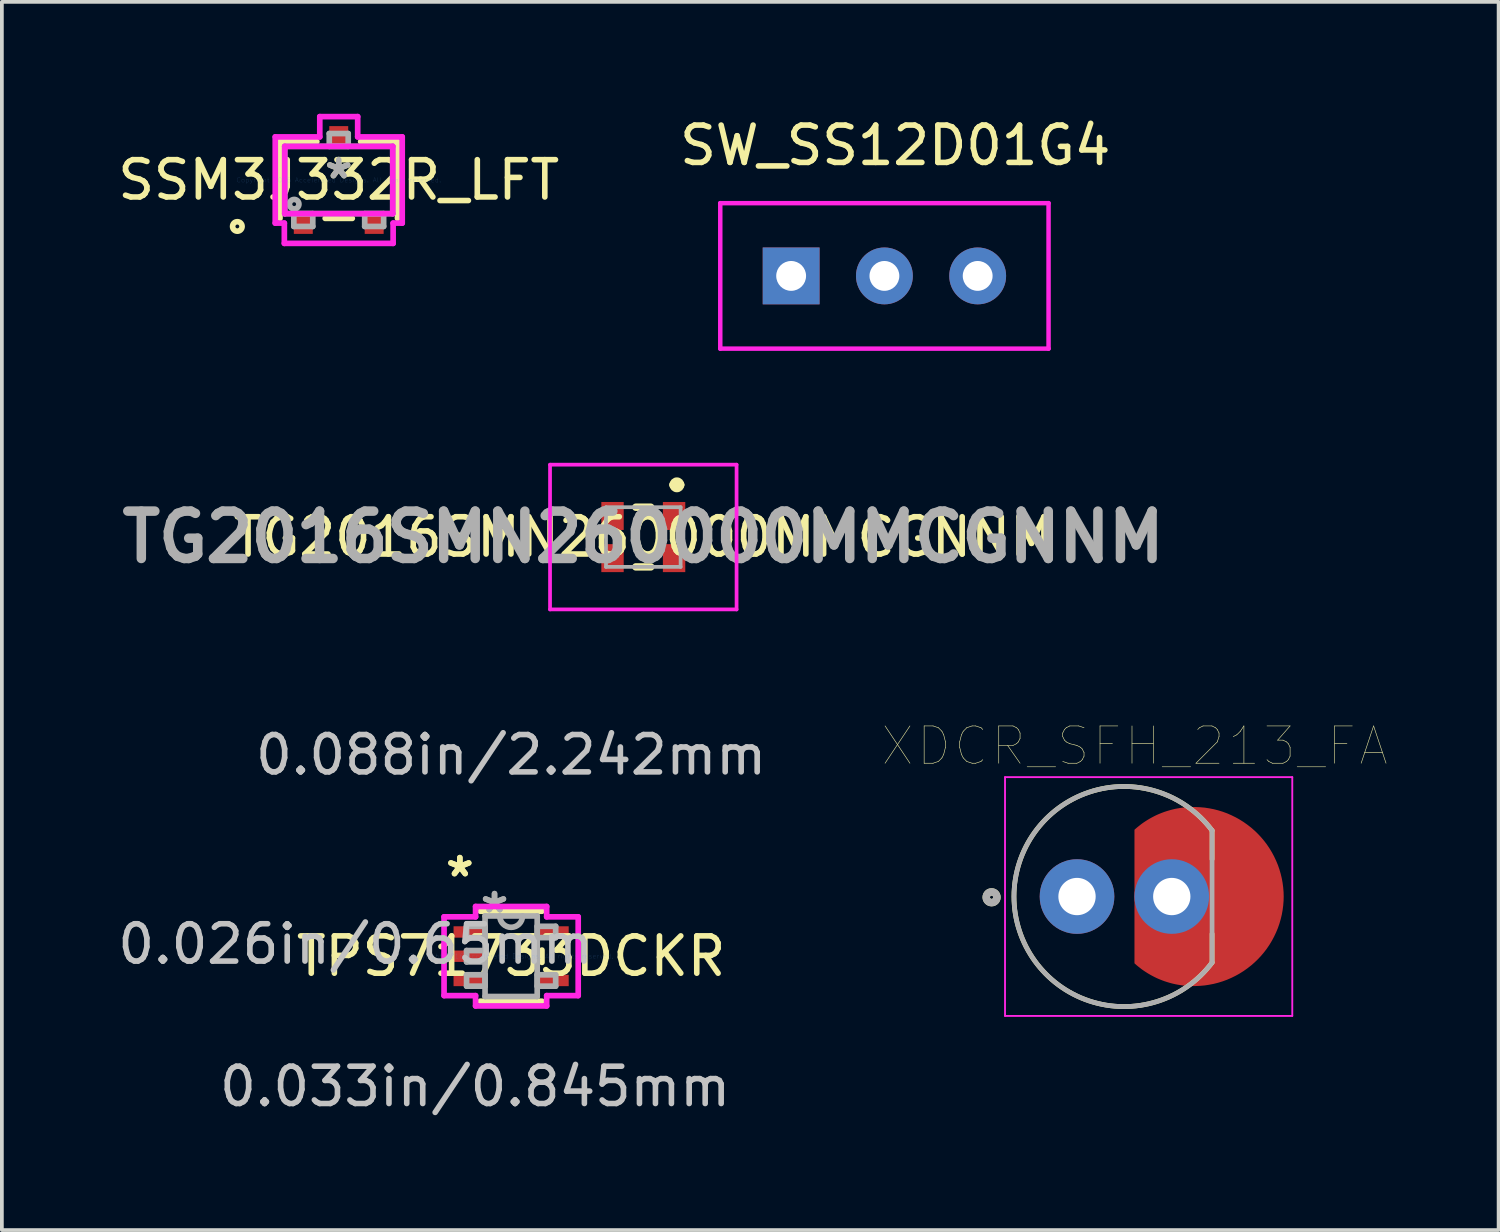
<source format=kicad_pcb>
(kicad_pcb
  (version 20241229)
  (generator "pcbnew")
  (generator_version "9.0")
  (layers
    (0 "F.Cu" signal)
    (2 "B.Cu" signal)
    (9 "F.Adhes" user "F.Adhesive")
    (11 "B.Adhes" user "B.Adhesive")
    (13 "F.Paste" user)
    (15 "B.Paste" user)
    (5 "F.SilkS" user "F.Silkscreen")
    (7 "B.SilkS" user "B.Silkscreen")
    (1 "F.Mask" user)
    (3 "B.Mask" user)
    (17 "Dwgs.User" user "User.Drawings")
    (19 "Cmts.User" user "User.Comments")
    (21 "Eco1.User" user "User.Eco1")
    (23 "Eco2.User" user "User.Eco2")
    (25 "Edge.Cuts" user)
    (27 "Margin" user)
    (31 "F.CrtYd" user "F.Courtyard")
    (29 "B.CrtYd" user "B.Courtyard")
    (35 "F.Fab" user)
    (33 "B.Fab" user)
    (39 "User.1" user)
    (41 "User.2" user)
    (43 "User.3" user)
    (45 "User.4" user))
  (footprint "SW_SS12D01G4"
    (layer "F.Cu")
    (at 20.657 4.346)
    (property "Reference" "SW_SS12D01G4" (at 0.29 -3.498 0) (layer "F.SilkS") (effects (font (size 1 1) (thickness 0.15))))
    (attr through_hole)
    (fp_line (start -4.4 -1.95) (end -4.4 1.95) (stroke (width 0.12) (type solid)) (layer "B.Paste"))
    (fp_line (start -4.4 1.95) (end 4.4 1.95) (stroke (width 0.12) (type solid)) (layer "B.Paste"))
    (fp_line (start 4.4 -1.95) (end -4.4 -1.95) (stroke (width 0.12) (type solid)) (layer "B.Paste"))
    (fp_line (start 4.4 1.95) (end 4.4 -1.95) (stroke (width 0.12) (type solid)) (layer "B.Paste"))
    (fp_line (start -4.4 -1.95) (end 4.4 -1.95) (stroke (width 0.12) (type solid)) (layer "F.CrtYd"))
    (fp_line (start -4.4 1.95) (end -4.4 -1.95) (stroke (width 0.12) (type solid)) (layer "F.CrtYd"))
    (fp_line (start 4.4 -1.95) (end 4.4 1.95) (stroke (width 0.12) (type solid)) (layer "F.CrtYd"))
    (fp_line (start 4.4 1.95) (end -4.4 1.95) (stroke (width 0.12) (type solid)) (layer "F.CrtYd"))
    (pad "1" thru_hole rect (at -2.5 0) (size 1.524 1.524) (drill 0.8) (layers "*.Cu" "*.Mask"))
    (pad "2" thru_hole circle (at 0 0) (size 1.524 1.524) (drill 0.8) (layers "*.Cu" "*.Mask"))
    (pad "3" thru_hole circle (at 2.5 0) (size 1.524 1.524) (drill 0.8) (layers "*.Cu" "*.Mask")))
  (footprint "XDCR_SFH_213_FA"
    (layer "F.Cu")
    (at 27.09 20.982)
    (property "Reference" "XDCR_SFH_213_FA" (at 0.275 -4.035 0) (layer "F.SilkS") (effects (font (size 1 1) (thickness 0.015))))
    (attr through_hole)
    (fp_poly (pts (xy 0.27 -0.06) (xy 0.27 -1.79) (xy 0.325 -1.839) (xy 0.37 -1.876) (xy 0.416 -1.912) (xy 0.462 -1.948) (xy 0.51 -1.982) (xy 0.558 -2.014) (xy 0.608 -2.046) (xy 0.657 -2.076) (xy 0.708 -2.105) (xy 0.76 -2.133) (xy 0.812 -2.16) (xy 0.864 -2.185) (xy 0.918 -2.209) (xy 0.972 -2.231) (xy 1.026 -2.252) (xy 1.081 -2.272) (xy 1.137 -2.29) (xy 1.193 -2.307) (xy 1.249 -2.323) (xy 1.306 -2.337) (xy 1.363 -2.35) (xy 1.42 -2.361) (xy 1.478 -2.371) (xy 1.535 -2.38) (xy 1.593 -2.387) (xy 1.652 -2.392) (xy 1.71 -2.396) (xy 1.768 -2.399) (xy 1.827 -2.4) (xy 1.87 -2.4) (xy 1.895 -2.4) (xy 2.028 -2.394) (xy 2.152 -2.383) (xy 2.275 -2.364) (xy 2.398 -2.34) (xy 2.519 -2.309) (xy 2.638 -2.272) (xy 2.755 -2.229) (xy 2.869 -2.179) (xy 2.981 -2.124) (xy 3.09 -2.063) (xy 3.195 -1.997) (xy 3.297 -1.925) (xy 3.396 -1.848) (xy 3.49 -1.766) (xy 3.579 -1.68) (xy 3.664 -1.589) (xy 3.745 -1.493) (xy 3.82 -1.394) (xy 3.89 -1.29) (xy 3.954 -1.184) (xy 4.013 -1.074) (xy 4.066 -0.961) (xy 4.114 -0.846) (xy 4.155 -0.728) (xy 4.19 -0.608) (xy 4.219 -0.487) (xy 4.241 -0.364) (xy 4.257 -0.241) (xy 4.267 -0.116) (xy 4.27 0) (xy 4.267 0.116) (xy 4.257 0.241) (xy 4.241 0.364) (xy 4.219 0.487) (xy 4.19 0.608) (xy 4.155 0.728) (xy 4.114 0.846) (xy 4.066 0.961) (xy 4.013 1.074) (xy 3.954 1.184) (xy 3.89 1.29) (xy 3.82 1.394) (xy 3.745 1.493) (xy 3.664 1.589) (xy 3.579 1.68) (xy 3.49 1.766) (xy 3.396 1.848) (xy 3.297 1.925) (xy 3.195 1.997) (xy 3.09 2.063) (xy 2.981 2.124) (xy 2.869 2.179) (xy 2.755 2.229) (xy 2.638 2.272) (xy 2.519 2.309) (xy 2.398 2.34) (xy 2.275 2.364) (xy 2.152 2.383) (xy 2.028 2.394) (xy 1.895 2.4) (xy 1.795 2.4) (xy 1.87 2.4) (xy 1.827 2.4) (xy 1.768 2.399) (xy 1.71 2.396) (xy 1.652 2.392) (xy 1.593 2.387) (xy 1.535 2.38) (xy 1.478 2.371) (xy 1.42 2.361) (xy 1.363 2.35) (xy 1.306 2.337) (xy 1.249 2.323) (xy 1.193 2.307) (xy 1.137 2.29) (xy 1.081 2.272) (xy 1.026 2.252) (xy 0.972 2.231) (xy 0.918 2.209) (xy 0.864 2.185) (xy 0.812 2.16) (xy 0.76 2.133) (xy 0.708 2.105) (xy 0.657 2.076) (xy 0.608 2.046) (xy 0.558 2.014) (xy 0.51 1.982) (xy 0.462 1.948) (xy 0.416 1.912) (xy 0.37 1.876) (xy 0.325 1.839) (xy 0.27 1.79) (xy 0.27 -0.06)) (stroke (width 0.001) (type solid)) (fill yes) (layer "F.Cu"))
    (fp_circle (center -1.27 0) (end -0.77 0) (stroke (width 1) (type solid)) (fill no) (layer "F.Mask"))
    (fp_circle (center 1.27 0) (end 1.77 0) (stroke (width 1) (type solid)) (fill no) (layer "F.Mask"))
    (fp_circle (center -1.27 0) (end -0.77 0) (stroke (width 1) (type solid)) (fill no) (layer "B.Mask"))
    (fp_circle (center 1.27 0) (end 1.77 0) (stroke (width 1) (type solid)) (fill no) (layer "B.Mask"))
    (fp_line (start 2.35 -1.77) (end 2.35 -1) (stroke (width 0.127) (type solid)) (layer "F.SilkS"))
    (fp_line (start 2.35 1) (end 2.35 1.77) (stroke (width 0.127) (type solid)) (layer "F.SilkS"))
    (fp_arc (start 2.35 1.77) (mid -2.959984 0) (end 2.35 -1.77) (stroke (width 0.127) (type solid)) (layer "F.SilkS"))
    (fp_circle (center -3.56 0.02) (end -3.417 0.02) (stroke (width 0.2) (type solid)) (fill no) (layer "F.SilkS"))
    (fp_line (start -3.2 -3.2) (end 4.5 -3.2) (stroke (width 0.05) (type solid)) (layer "F.CrtYd"))
    (fp_line (start -3.2 3.2) (end -3.2 -3.2) (stroke (width 0.05) (type solid)) (layer "F.CrtYd"))
    (fp_line (start 4.5 -3.2) (end 4.5 3.2) (stroke (width 0.05) (type solid)) (layer "F.CrtYd"))
    (fp_line (start 4.5 3.2) (end -3.2 3.2) (stroke (width 0.05) (type solid)) (layer "F.CrtYd"))
    (fp_line (start 2.35 -1.77) (end 2.35 1.77) (stroke (width 0.127) (type solid)) (layer "F.Fab"))
    (fp_arc (start 2.35 1.77) (mid -2.959984 0) (end 2.35 -1.77) (stroke (width 0.127) (type solid)) (layer "F.Fab"))
    (fp_circle (center -3.56 0.02) (end -3.417 0.02) (stroke (width 0.2) (type solid)) (fill no) (layer "F.Fab"))
    (pad "1" thru_hole circle (at -1.27 0) (size 2 2) (drill 1) (layers "*.Cu"))
    (pad "2" thru_hole circle (at 1.27 0) (size 2 2) (drill 1) (layers "*.Cu")))
  (footprint "TG2016SMN260000MMCGNNM"
    (layer "F.Cu")
    (at 14.194 11.346)
    (property "Reference" "TG2016SMN260000MMCGNNM" (at 0 0 0) (layer "F.SilkS") (effects (font (size 1 1) (thickness 0.15))))
    (attr smd)
    (fp_line (start 0.2 -0.8) (end -0.2 -0.8) (stroke (width 0.2) (type solid)) (layer "F.SilkS"))
    (fp_line (start 0.2 0.8) (end -0.2 0.8) (stroke (width 0.2) (type solid)) (layer "F.SilkS"))
    (fp_line (start 0.8 -1.4) (end 0.8 -1.4) (stroke (width 0.2) (type solid)) (layer "F.SilkS"))
    (fp_line (start 1 -1.4) (end 1 -1.4) (stroke (width 0.2) (type solid)) (layer "F.SilkS"))
    (fp_arc (start 0.8 -1.4) (mid 0.9 -1.5) (end 1 -1.4) (stroke (width 0.2) (type solid)) (layer "F.SilkS"))
    (fp_arc (start 1 -1.4) (mid 0.9 -1.3) (end 0.8 -1.4) (stroke (width 0.2) (type solid)) (layer "F.SilkS"))
    (fp_line (start -2.5 -1.94) (end -2.5 1.94) (stroke (width 0.1) (type solid)) (layer "F.CrtYd"))
    (fp_line (start -2.5 1.94) (end 2.5 1.94) (stroke (width 0.1) (type solid)) (layer "F.CrtYd"))
    (fp_line (start 2.5 -1.94) (end -2.5 -1.94) (stroke (width 0.1) (type solid)) (layer "F.CrtYd"))
    (fp_line (start 2.5 1.94) (end 2.5 -1.94) (stroke (width 0.1) (type solid)) (layer "F.CrtYd"))
    (fp_line (start -1 -0.8) (end -1 0.8) (stroke (width 0.1) (type solid)) (layer "F.Fab"))
    (fp_line (start -1 0.8) (end 1 0.8) (stroke (width 0.1) (type solid)) (layer "F.Fab"))
    (fp_line (start 1 -0.8) (end -1 -0.8) (stroke (width 0.1) (type solid)) (layer "F.Fab"))
    (fp_line (start 1 0.8) (end 1 -0.8) (stroke (width 0.1) (type solid)) (layer "F.Fab"))
    (fp_text user "${REFERENCE}" (at 0 0 0) (layer "F.Fab") (effects (font (size 1.27 1.27) (thickness 0.254))))
    (pad "1" smd rect (at 0.825 -0.565) (size 0.6 0.75) (layers "F.Cu" "F.Mask" "F.Paste"))
    (pad "2" smd rect (at -0.825 -0.565) (size 0.6 0.75) (layers "F.Cu" "F.Mask" "F.Paste"))
    (pad "3" smd rect (at -0.825 0.565) (size 0.6 0.75) (layers "F.Cu" "F.Mask" "F.Paste"))
    (pad "4" smd rect (at 0.825 0.565) (size 0.6 0.75) (layers "F.Cu" "F.Mask" "F.Paste")))
  (footprint "SSM3J332R_LFT"
    (layer "F.Cu")
    (at 6.03 1.775)
    (property "Reference" "SSM3J332R_LFT" (at 0 0 0) (layer "F.SilkS") (effects (font (size 1 1) (thickness 0.15))))
    (attr through_hole)
    (fp_line (start -1.575 -1.029) (end -1.575 1.029) (stroke (width 0.152) (type solid)) (layer "F.SilkS"))
    (fp_line (start -0.587 -1.029) (end -1.575 -1.029) (stroke (width 0.152) (type solid)) (layer "F.SilkS"))
    (fp_line (start -0.363 1.029) (end 0.363 1.029) (stroke (width 0.152) (type solid)) (layer "F.SilkS"))
    (fp_line (start 1.575 -1.029) (end 0.587 -1.029) (stroke (width 0.152) (type solid)) (layer "F.SilkS"))
    (fp_line (start 1.575 1.029) (end 1.575 -1.029) (stroke (width 0.152) (type solid)) (layer "F.SilkS"))
    (fp_circle (center -2.718 1.245) (end -2.591 1.245) (stroke (width 0.152) (type solid)) (fill no) (layer "F.SilkS"))
    (fp_line (start -1.702 -1.156) (end -0.508 -1.156) (stroke (width 0.152) (type solid)) (layer "F.CrtYd"))
    (fp_line (start -1.702 1.156) (end -1.702 -1.156) (stroke (width 0.152) (type solid)) (layer "F.CrtYd"))
    (fp_line (start -1.458 1.156) (end -1.702 1.156) (stroke (width 0.152) (type solid)) (layer "F.CrtYd"))
    (fp_line (start -1.458 1.699) (end -1.458 1.156) (stroke (width 0.152) (type solid)) (layer "F.CrtYd"))
    (fp_line (start -1.448 -0.902) (end 1.448 -0.902) (stroke (width 0.152) (type solid)) (layer "F.CrtYd"))
    (fp_line (start -1.448 0.902) (end -1.448 -0.902) (stroke (width 0.152) (type solid)) (layer "F.CrtYd"))
    (fp_line (start -0.508 -1.699) (end 0.508 -1.699) (stroke (width 0.152) (type solid)) (layer "F.CrtYd"))
    (fp_line (start -0.508 -1.156) (end -0.508 -1.699) (stroke (width 0.152) (type solid)) (layer "F.CrtYd"))
    (fp_line (start 0.508 -1.699) (end 0.508 -1.156) (stroke (width 0.152) (type solid)) (layer "F.CrtYd"))
    (fp_line (start 0.508 -1.156) (end 1.702 -1.156) (stroke (width 0.152) (type solid)) (layer "F.CrtYd"))
    (fp_line (start 1.448 -0.902) (end 1.448 0.902) (stroke (width 0.152) (type solid)) (layer "F.CrtYd"))
    (fp_line (start 1.448 0.902) (end -1.448 0.902) (stroke (width 0.152) (type solid)) (layer "F.CrtYd"))
    (fp_line (start 1.458 1.156) (end 1.458 1.699) (stroke (width 0.152) (type solid)) (layer "F.CrtYd"))
    (fp_line (start 1.458 1.699) (end -1.458 1.699) (stroke (width 0.152) (type solid)) (layer "F.CrtYd"))
    (fp_line (start 1.702 -1.156) (end 1.702 1.156) (stroke (width 0.152) (type solid)) (layer "F.CrtYd"))
    (fp_line (start 1.702 1.156) (end 1.458 1.156) (stroke (width 0.152) (type solid)) (layer "F.CrtYd"))
    (fp_line (start -1.448 -0.902) (end -1.448 0.902) (stroke (width 0.152) (type solid)) (layer "F.Fab"))
    (fp_line (start -1.448 0.902) (end 1.448 0.902) (stroke (width 0.152) (type solid)) (layer "F.Fab"))
    (fp_line (start -1.204 0.902) (end -1.204 1.245) (stroke (width 0.152) (type solid)) (layer "F.Fab"))
    (fp_line (start -1.204 1.245) (end -0.696 1.245) (stroke (width 0.152) (type solid)) (layer "F.Fab"))
    (fp_line (start -0.696 0.902) (end -1.204 0.902) (stroke (width 0.152) (type solid)) (layer "F.Fab"))
    (fp_line (start -0.696 1.245) (end -0.696 0.902) (stroke (width 0.152) (type solid)) (layer "F.Fab"))
    (fp_line (start -0.254 -1.245) (end -0.254 -0.902) (stroke (width 0.152) (type solid)) (layer "F.Fab"))
    (fp_line (start -0.254 -0.902) (end 0.254 -0.902) (stroke (width 0.152) (type solid)) (layer "F.Fab"))
    (fp_line (start 0.254 -1.245) (end -0.254 -1.245) (stroke (width 0.152) (type solid)) (layer "F.Fab"))
    (fp_line (start 0.254 -0.902) (end 0.254 -1.245) (stroke (width 0.152) (type solid)) (layer "F.Fab"))
    (fp_line (start 0.696 0.902) (end 0.696 1.245) (stroke (width 0.152) (type solid)) (layer "F.Fab"))
    (fp_line (start 0.696 1.245) (end 1.204 1.245) (stroke (width 0.152) (type solid)) (layer "F.Fab"))
    (fp_line (start 1.204 0.902) (end 0.696 0.902) (stroke (width 0.152) (type solid)) (layer "F.Fab"))
    (fp_line (start 1.204 1.245) (end 1.204 0.902) (stroke (width 0.152) (type solid)) (layer "F.Fab"))
    (fp_line (start 1.448 -0.902) (end -1.448 -0.902) (stroke (width 0.152) (type solid)) (layer "F.Fab"))
    (fp_line (start 1.448 0.902) (end 1.448 -0.902) (stroke (width 0.152) (type solid)) (layer "F.Fab"))
    (fp_circle (center -1.194 0.648) (end -1.067 0.648) (stroke (width 0.152) (type solid)) (fill no) (layer "F.Fab"))
    (fp_text user "*" (at 0 0 0) (layer "F.SilkS") (effects (font (size 1 1) (thickness 0.15))))
    (fp_text user "Copyright 2016 Accelerated Designs. All rights reserved." (at 0 0 0) (layer "Cmts.User") (effects (font (size 0.127 0.127) (thickness 0.002))))
    (fp_text user "*" (at 0 0 0) (layer "F.Fab") (effects (font (size 1 1) (thickness 0.15))))
    (pad "1" smd rect (at -0.95 1.192) (size 0.508 0.505) (layers "F.Cu" "F.Mask" "F.Paste"))
    (pad "2" smd rect (at 0.95 1.192) (size 0.508 0.505) (layers "F.Cu" "F.Mask" "F.Paste"))
    (pad "3" smd rect (at 0 -1.192) (size 0.508 0.505) (layers "F.Cu" "F.Mask" "F.Paste")))
  (footprint "TPS71733DCKR"
    (layer "F.Cu")
    (at 10.651 22.582)
    (property "Reference" "TPS71733DCKR" (at 0 0 0) (layer "F.SilkS") (effects (font (size 1 1) (thickness 0.15))))
    (attr through_hole)
    (fp_line (start -0.826 1.206) (end 0.826 1.206) (stroke (width 0.152) (type solid)) (layer "F.SilkS"))
    (fp_line (start 0.826 -1.206) (end -0.826 -1.206) (stroke (width 0.152) (type solid)) (layer "F.SilkS"))
    (fp_line (start 0.826 0.165) (end 0.826 -0.165) (stroke (width 0.152) (type solid)) (layer "F.SilkS"))
    (fp_line (start -1.798 -1.056) (end -0.953 -1.056) (stroke (width 0.152) (type solid)) (layer "F.CrtYd"))
    (fp_line (start -1.798 1.056) (end -1.798 -1.056) (stroke (width 0.152) (type solid)) (layer "F.CrtYd"))
    (fp_line (start -0.953 -1.333) (end 0.953 -1.333) (stroke (width 0.152) (type solid)) (layer "F.CrtYd"))
    (fp_line (start -0.953 -1.056) (end -0.953 -1.333) (stroke (width 0.152) (type solid)) (layer "F.CrtYd"))
    (fp_line (start -0.953 1.056) (end -1.798 1.056) (stroke (width 0.152) (type solid)) (layer "F.CrtYd"))
    (fp_line (start -0.953 1.333) (end -0.953 1.056) (stroke (width 0.152) (type solid)) (layer "F.CrtYd"))
    (fp_line (start 0.953 -1.333) (end 0.953 -1.056) (stroke (width 0.152) (type solid)) (layer "F.CrtYd"))
    (fp_line (start 0.953 -1.056) (end 1.798 -1.056) (stroke (width 0.152) (type solid)) (layer "F.CrtYd"))
    (fp_line (start 0.953 1.056) (end 0.953 1.333) (stroke (width 0.152) (type solid)) (layer "F.CrtYd"))
    (fp_line (start 0.953 1.333) (end -0.953 1.333) (stroke (width 0.152) (type solid)) (layer "F.CrtYd"))
    (fp_line (start 1.798 -1.056) (end 1.798 1.056) (stroke (width 0.152) (type solid)) (layer "F.CrtYd"))
    (fp_line (start 1.798 1.056) (end 0.953 1.056) (stroke (width 0.152) (type solid)) (layer "F.CrtYd"))
    (fp_line (start -1.194 -0.802) (end -1.194 -0.498) (stroke (width 0.152) (type solid)) (layer "F.Fab"))
    (fp_line (start -1.194 -0.498) (end -0.699 -0.498) (stroke (width 0.152) (type solid)) (layer "F.Fab"))
    (fp_line (start -1.194 -0.152) (end -1.194 0.152) (stroke (width 0.152) (type solid)) (layer "F.Fab"))
    (fp_line (start -1.194 0.152) (end -0.699 0.152) (stroke (width 0.152) (type solid)) (layer "F.Fab"))
    (fp_line (start -1.194 0.498) (end -1.194 0.802) (stroke (width 0.152) (type solid)) (layer "F.Fab"))
    (fp_line (start -1.194 0.802) (end -0.699 0.802) (stroke (width 0.152) (type solid)) (layer "F.Fab"))
    (fp_line (start -0.699 -1.079) (end -0.699 1.079) (stroke (width 0.152) (type solid)) (layer "F.Fab"))
    (fp_line (start -0.699 -0.802) (end -1.194 -0.802) (stroke (width 0.152) (type solid)) (layer "F.Fab"))
    (fp_line (start -0.699 -0.498) (end -0.699 -0.802) (stroke (width 0.152) (type solid)) (layer "F.Fab"))
    (fp_line (start -0.699 -0.152) (end -1.194 -0.152) (stroke (width 0.152) (type solid)) (layer "F.Fab"))
    (fp_line (start -0.699 0.152) (end -0.699 -0.152) (stroke (width 0.152) (type solid)) (layer "F.Fab"))
    (fp_line (start -0.699 0.498) (end -1.194 0.498) (stroke (width 0.152) (type solid)) (layer "F.Fab"))
    (fp_line (start -0.699 0.802) (end -0.699 0.498) (stroke (width 0.152) (type solid)) (layer "F.Fab"))
    (fp_line (start -0.699 1.079) (end 0.699 1.079) (stroke (width 0.152) (type solid)) (layer "F.Fab"))
    (fp_line (start 0.699 -1.079) (end -0.699 -1.079) (stroke (width 0.152) (type solid)) (layer "F.Fab"))
    (fp_line (start 0.699 -0.802) (end 0.699 -0.498) (stroke (width 0.152) (type solid)) (layer "F.Fab"))
    (fp_line (start 0.699 -0.498) (end 1.194 -0.498) (stroke (width 0.152) (type solid)) (layer "F.Fab"))
    (fp_line (start 0.699 0.498) (end 0.699 0.802) (stroke (width 0.152) (type solid)) (layer "F.Fab"))
    (fp_line (start 0.699 0.802) (end 1.194 0.802) (stroke (width 0.152) (type solid)) (layer "F.Fab"))
    (fp_line (start 0.699 1.079) (end 0.699 -1.079) (stroke (width 0.152) (type solid)) (layer "F.Fab"))
    (fp_line (start 1.194 -0.802) (end 0.699 -0.802) (stroke (width 0.152) (type solid)) (layer "F.Fab"))
    (fp_line (start 1.194 -0.498) (end 1.194 -0.802) (stroke (width 0.152) (type solid)) (layer "F.Fab"))
    (fp_line (start 1.194 0.498) (end 0.699 0.498) (stroke (width 0.152) (type solid)) (layer "F.Fab"))
    (fp_line (start 1.194 0.802) (end 1.194 0.498) (stroke (width 0.152) (type solid)) (layer "F.Fab"))
    (fp_arc (start 0.3048 -1.0795) (mid 0 -0.7747) (end -0.3048 -1.0795) (stroke (width 0.1524) (type solid)) (layer "F.Fab"))
    (fp_text user "*" (at -1.375 -2.098 0) (layer "F.SilkS") (effects (font (size 1 1) (thickness 0.15))))
    (fp_text user "*" (at -1.375 -2.098 0) (layer "F.SilkS") (effects (font (size 1 1) (thickness 0.15))))
    (fp_text user "0.033in/0.845mm" (at -0.965 3.493 0) (layer "Dwgs.User") (effects (font (size 1 1) (thickness 0.15))))
    (fp_text user "0.088in/2.242mm" (at 0 -5.397 0) (layer "Dwgs.User") (effects (font (size 1 1) (thickness 0.15))))
    (fp_text user "0.026in/0.65mm" (at -4.169 -0.325 0) (layer "Dwgs.User") (effects (font (size 1 1) (thickness 0.15))))
    (fp_text user "Copyright 2016 Accelerated Designs. All rights reserved." (at 0 0 0) (layer "Cmts.User") (effects (font (size 0.127 0.127) (thickness 0.002))))
    (fp_text user "*" (at -0.445 -1.133 0) (layer "F.Fab") (effects (font (size 1 1) (thickness 0.15))))
    (fp_text user "*" (at -0.445 -1.133 0) (layer "F.Fab") (effects (font (size 1 1) (thickness 0.15))))
    (pad "1" smd rect (at -1.121 -0.65) (size 0.845 0.305) (layers "F.Cu" "F.Mask" "F.Paste"))
    (pad "2" smd rect (at -1.121 0) (size 0.845 0.305) (layers "F.Cu" "F.Mask" "F.Paste"))
    (pad "3" smd rect (at -1.121 0.65) (size 0.845 0.305) (layers "F.Cu" "F.Mask" "F.Paste"))
    (pad "4" smd rect (at 1.121 0.65) (size 0.845 0.305) (layers "F.Cu" "F.Mask" "F.Paste"))
    (pad "5" smd rect (at 1.121 -0.65) (size 0.845 0.305) (layers "F.Cu" "F.Mask" "F.Paste")))
  (gr_rect
    (start -3 -3)
    (end 37.121 29.922)
    (stroke (width 0.1) (type default))
    (fill no)
    (layer "Edge.Cuts")))
</source>
